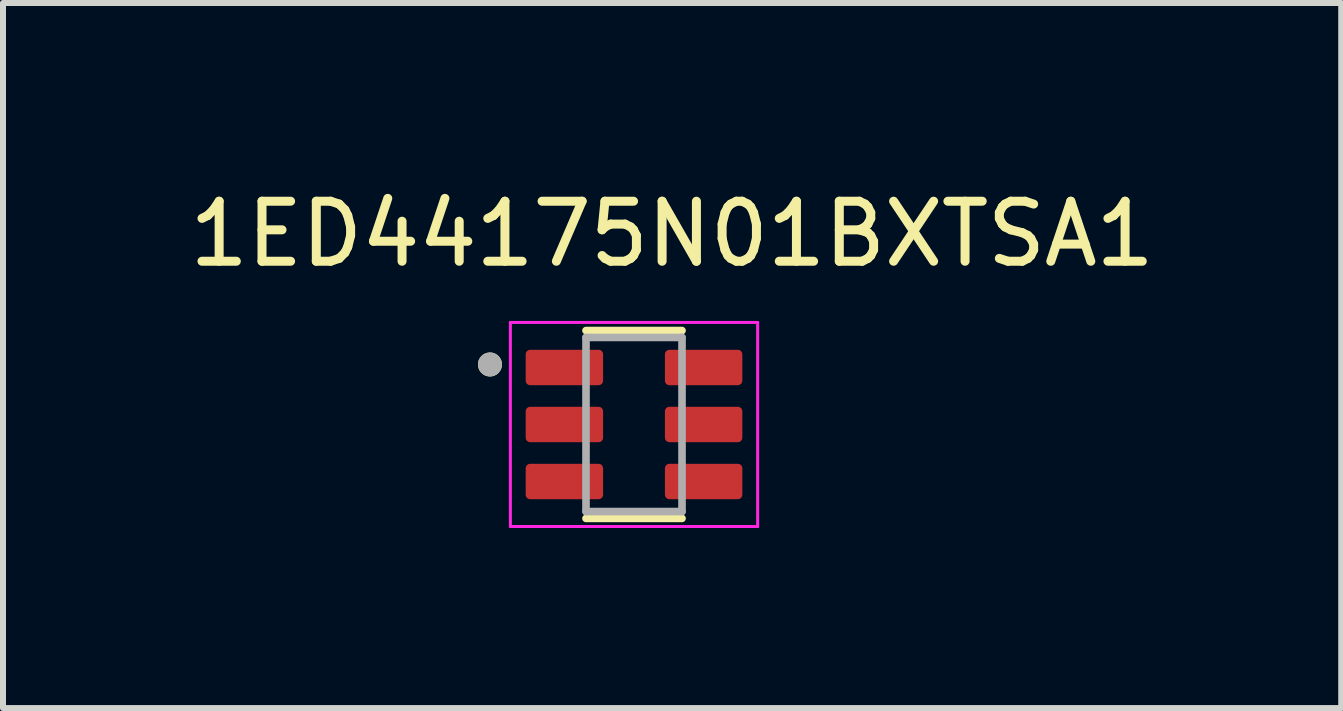
<source format=kicad_pcb>
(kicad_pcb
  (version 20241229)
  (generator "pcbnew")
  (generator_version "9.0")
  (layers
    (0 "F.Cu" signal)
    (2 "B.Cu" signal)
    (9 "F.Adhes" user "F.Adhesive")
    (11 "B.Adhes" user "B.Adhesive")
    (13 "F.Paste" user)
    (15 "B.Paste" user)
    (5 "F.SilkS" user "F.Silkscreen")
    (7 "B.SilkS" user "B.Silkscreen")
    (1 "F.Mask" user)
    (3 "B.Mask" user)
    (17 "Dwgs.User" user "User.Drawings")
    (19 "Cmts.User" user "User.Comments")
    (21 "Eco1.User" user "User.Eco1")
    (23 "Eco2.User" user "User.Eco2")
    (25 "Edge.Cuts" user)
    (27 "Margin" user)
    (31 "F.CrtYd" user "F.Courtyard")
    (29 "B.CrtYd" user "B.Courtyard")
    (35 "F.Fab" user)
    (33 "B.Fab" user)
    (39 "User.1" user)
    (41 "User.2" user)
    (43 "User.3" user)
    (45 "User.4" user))
  (footprint "1ED44175N01BXTSA1"
    (layer "F.Cu")
    (at 7.514 4.023)
    (property "Reference" "1ED44175N01BXTSA1" (at 0.635 -3.175 0) (layer "F.SilkS") (effects (font (size 1 1) (thickness 0.15))))
    (attr smd)
    (fp_line (start -0.8 -1.565) (end 0.8 -1.565) (stroke (width 0.127) (type solid)) (layer "F.SilkS"))
    (fp_line (start -0.8 1.565) (end 0.8 1.565) (stroke (width 0.127) (type solid)) (layer "F.SilkS"))
    (fp_circle (center -2.4 -1) (end -2.3 -1) (stroke (width 0.2) (type solid)) (fill no) (layer "F.SilkS"))
    (fp_line (start -2.06 -1.7) (end 2.06 -1.7) (stroke (width 0.05) (type solid)) (layer "F.CrtYd"))
    (fp_line (start -2.06 1.7) (end -2.06 -1.7) (stroke (width 0.05) (type solid)) (layer "F.CrtYd"))
    (fp_line (start 2.06 -1.7) (end 2.06 1.7) (stroke (width 0.05) (type solid)) (layer "F.CrtYd"))
    (fp_line (start 2.06 1.7) (end -2.06 1.7) (stroke (width 0.05) (type solid)) (layer "F.CrtYd"))
    (fp_line (start -0.8 -1.45) (end -0.8 1.45) (stroke (width 0.127) (type solid)) (layer "F.Fab"))
    (fp_line (start -0.8 1.45) (end 0.8 1.45) (stroke (width 0.127) (type solid)) (layer "F.Fab"))
    (fp_line (start 0.8 -1.45) (end -0.8 -1.45) (stroke (width 0.127) (type solid)) (layer "F.Fab"))
    (fp_line (start 0.8 1.45) (end 0.8 -1.45) (stroke (width 0.127) (type solid)) (layer "F.Fab"))
    (fp_circle (center -2.4 -1) (end -2.3 -1) (stroke (width 0.2) (type solid)) (fill no) (layer "F.Fab"))
    (pad "1" smd roundrect (at -1.16 -0.95) (size 1.29 0.59) (layers "F.Cu" "F.Mask" "F.Paste") (roundrect_rratio 0.125))
    (pad "2" smd roundrect (at -1.16 0) (size 1.29 0.59) (layers "F.Cu" "F.Mask" "F.Paste") (roundrect_rratio 0.125))
    (pad "3" smd roundrect (at -1.16 0.95) (size 1.29 0.59) (layers "F.Cu" "F.Mask" "F.Paste") (roundrect_rratio 0.125))
    (pad "4" smd roundrect (at 1.16 0.95) (size 1.29 0.59) (layers "F.Cu" "F.Mask" "F.Paste") (roundrect_rratio 0.125))
    (pad "5" smd roundrect (at 1.16 0) (size 1.29 0.59) (layers "F.Cu" "F.Mask" "F.Paste") (roundrect_rratio 0.125))
    (pad "6" smd roundrect (at 1.16 -0.95) (size 1.29 0.59) (layers "F.Cu" "F.Mask" "F.Paste") (roundrect_rratio 0.125)))
  (gr_rect
    (start -3 -3)
    (end 19.298 8.748)
    (stroke (width 0.1) (type default))
    (fill no)
    (layer "Edge.Cuts")))
</source>
